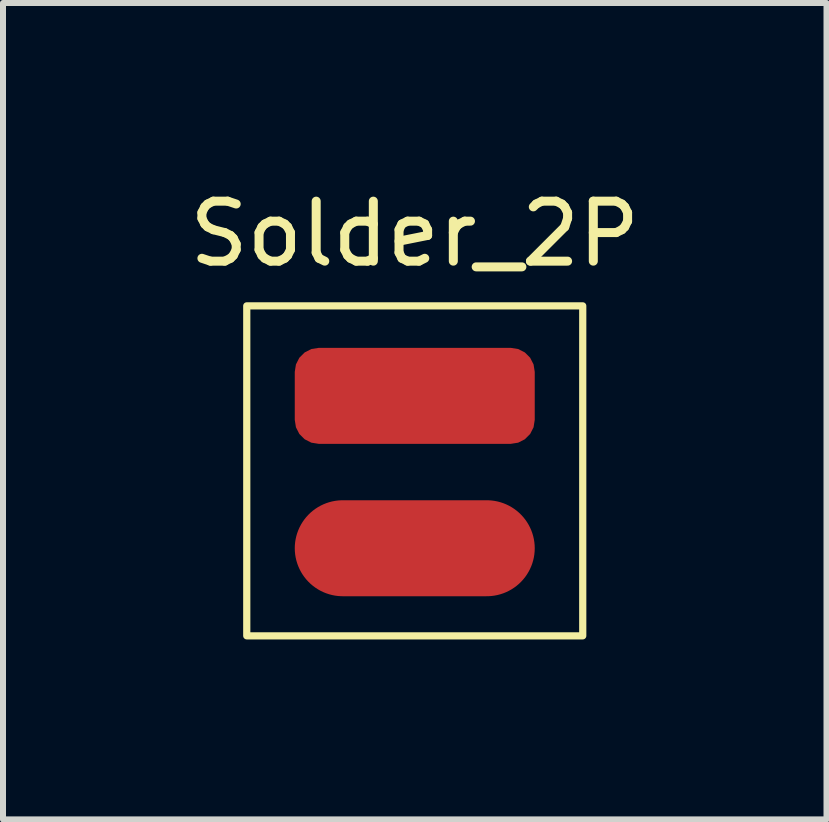
<source format=kicad_pcb>
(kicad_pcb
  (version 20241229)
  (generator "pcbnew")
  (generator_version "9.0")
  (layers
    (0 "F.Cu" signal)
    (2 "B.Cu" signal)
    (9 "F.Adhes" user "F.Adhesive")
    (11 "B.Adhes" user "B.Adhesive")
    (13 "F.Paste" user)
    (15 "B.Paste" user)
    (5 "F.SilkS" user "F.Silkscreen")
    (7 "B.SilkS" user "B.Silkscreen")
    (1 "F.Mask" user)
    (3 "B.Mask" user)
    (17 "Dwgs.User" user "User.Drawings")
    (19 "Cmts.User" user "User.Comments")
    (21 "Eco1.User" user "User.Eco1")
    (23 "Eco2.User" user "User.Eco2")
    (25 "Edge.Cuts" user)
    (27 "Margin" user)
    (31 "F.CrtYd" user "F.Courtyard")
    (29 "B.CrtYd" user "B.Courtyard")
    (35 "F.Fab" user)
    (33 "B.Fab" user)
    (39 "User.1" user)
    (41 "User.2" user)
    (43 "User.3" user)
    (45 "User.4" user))
  (footprint "Solder_2P"
    (layer "F.Cu")
    (at 3.863 4.838)
    (property "Reference" "Solder_2P" (at 0 -3.99 0) (layer "F.SilkS") (effects (font (size 1 1) (thickness 0.15))))
    (attr through_hole)
    (fp_rect (start -2.8 -2.79) (end 2.8 2.71) (stroke (width 0.12) (type solid)) (fill no) (layer "F.SilkS"))
    (pad "1" smd roundrect (at 0 -1.29) (size 4 1.6) (layers "F.Cu" "F.Mask" "F.Paste") (roundrect_rratio 0.25))
    (pad "2" smd oval (at 0 1.25) (size 4 1.6) (layers "F.Cu" "F.Mask" "F.Paste")))
  (gr_rect
    (start -3 -3)
    (end 10.726 10.608)
    (stroke (width 0.1) (type default))
    (fill no)
    (layer "Edge.Cuts")))
</source>
